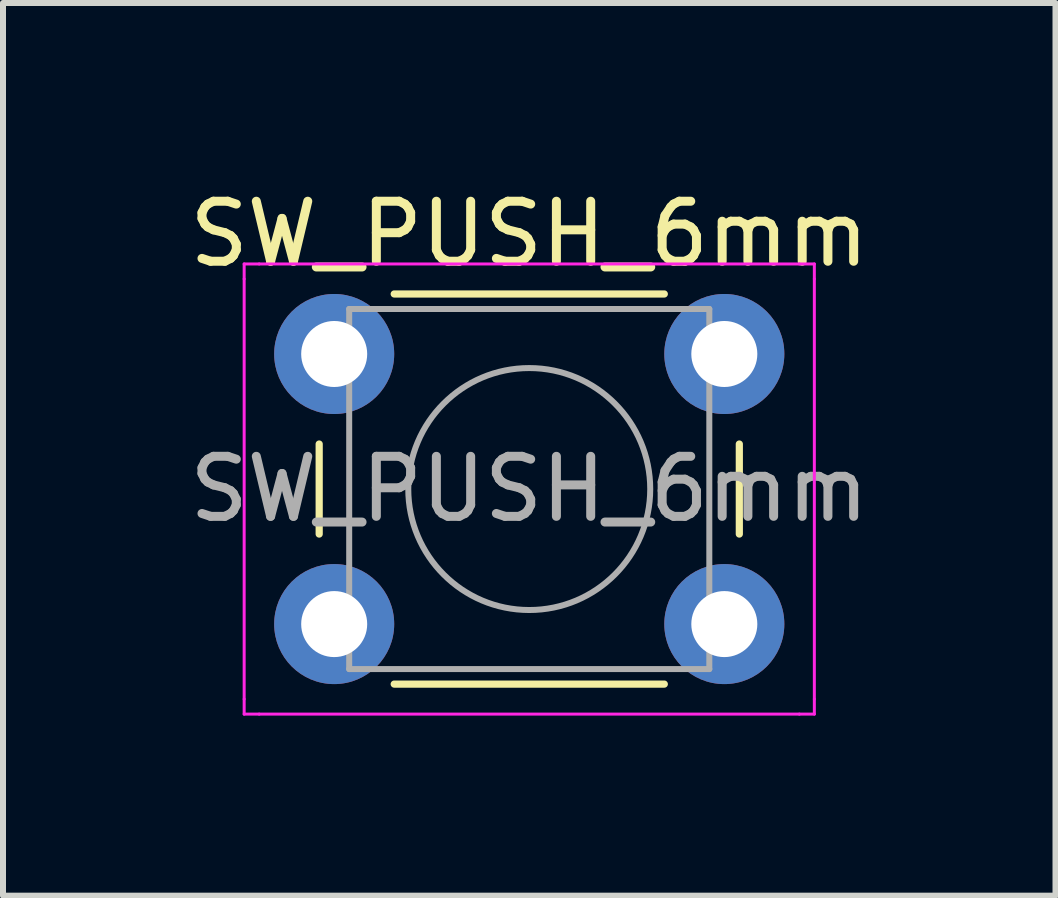
<source format=kicad_pcb>
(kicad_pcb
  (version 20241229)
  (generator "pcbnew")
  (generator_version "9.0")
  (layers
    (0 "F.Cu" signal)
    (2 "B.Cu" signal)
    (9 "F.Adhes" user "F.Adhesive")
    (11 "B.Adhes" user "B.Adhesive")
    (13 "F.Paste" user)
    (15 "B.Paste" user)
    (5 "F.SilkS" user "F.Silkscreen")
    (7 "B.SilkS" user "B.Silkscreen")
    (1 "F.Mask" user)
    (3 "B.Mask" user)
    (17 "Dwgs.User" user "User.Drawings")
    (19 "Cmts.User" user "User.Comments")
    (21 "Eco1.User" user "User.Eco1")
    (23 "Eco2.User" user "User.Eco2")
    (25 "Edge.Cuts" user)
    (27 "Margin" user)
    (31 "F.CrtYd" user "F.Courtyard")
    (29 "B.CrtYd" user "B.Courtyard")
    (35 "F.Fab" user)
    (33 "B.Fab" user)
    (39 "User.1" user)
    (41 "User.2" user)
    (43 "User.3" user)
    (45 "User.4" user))
  (footprint "SW_PUSH_6mm"
    (layer "F.Cu")
    (at 2.518 2.848)
    (property "Reference" "SW_PUSH_6mm" (at 3.25 -2 0) (layer "F.SilkS") (effects (font (size 1 1) (thickness 0.15))))
    (attr through_hole)
    (fp_line (start -0.25 1.5) (end -0.25 3) (stroke (width 0.12) (type solid)) (layer "F.SilkS"))
    (fp_line (start 1 5.5) (end 5.5 5.5) (stroke (width 0.12) (type solid)) (layer "F.SilkS"))
    (fp_line (start 5.5 -1) (end 1 -1) (stroke (width 0.12) (type solid)) (layer "F.SilkS"))
    (fp_line (start 6.75 3) (end 6.75 1.5) (stroke (width 0.12) (type solid)) (layer "F.SilkS"))
    (fp_line (start -1.5 -1.5) (end -1.25 -1.5) (stroke (width 0.05) (type solid)) (layer "F.CrtYd"))
    (fp_line (start -1.5 -1.25) (end -1.5 -1.5) (stroke (width 0.05) (type solid)) (layer "F.CrtYd"))
    (fp_line (start -1.5 5.75) (end -1.5 -1.25) (stroke (width 0.05) (type solid)) (layer "F.CrtYd"))
    (fp_line (start -1.5 5.75) (end -1.5 6) (stroke (width 0.05) (type solid)) (layer "F.CrtYd"))
    (fp_line (start -1.5 6) (end -1.25 6) (stroke (width 0.05) (type solid)) (layer "F.CrtYd"))
    (fp_line (start -1.25 -1.5) (end 7.75 -1.5) (stroke (width 0.05) (type solid)) (layer "F.CrtYd"))
    (fp_line (start 7.75 -1.5) (end 8 -1.5) (stroke (width 0.05) (type solid)) (layer "F.CrtYd"))
    (fp_line (start 7.75 6) (end -1.25 6) (stroke (width 0.05) (type solid)) (layer "F.CrtYd"))
    (fp_line (start 7.75 6) (end 8 6) (stroke (width 0.05) (type solid)) (layer "F.CrtYd"))
    (fp_line (start 8 -1.5) (end 8 -1.25) (stroke (width 0.05) (type solid)) (layer "F.CrtYd"))
    (fp_line (start 8 -1.25) (end 8 5.75) (stroke (width 0.05) (type solid)) (layer "F.CrtYd"))
    (fp_line (start 8 6) (end 8 5.75) (stroke (width 0.05) (type solid)) (layer "F.CrtYd"))
    (fp_line (start 0.25 -0.75) (end 3.25 -0.75) (stroke (width 0.1) (type solid)) (layer "F.Fab"))
    (fp_line (start 0.25 5.25) (end 0.25 -0.75) (stroke (width 0.1) (type solid)) (layer "F.Fab"))
    (fp_line (start 3.25 -0.75) (end 6.25 -0.75) (stroke (width 0.1) (type solid)) (layer "F.Fab"))
    (fp_line (start 6.25 -0.75) (end 6.25 5.25) (stroke (width 0.1) (type solid)) (layer "F.Fab"))
    (fp_line (start 6.25 5.25) (end 0.25 5.25) (stroke (width 0.1) (type solid)) (layer "F.Fab"))
    (fp_circle (center 3.25 2.25) (end 1.25 2.5) (stroke (width 0.1) (type solid)) (fill no) (layer "F.Fab"))
    (fp_text user "${REFERENCE}" (at 3.25 2.25 0) (layer "F.Fab") (effects (font (size 1 1) (thickness 0.15))))
    (pad "1" thru_hole circle (at 0 0 90) (size 2 2) (drill 1.1) (layers "*.Cu" "*.Mask"))
    (pad "2" thru_hole circle (at 0 4.5 90) (size 2 2) (drill 1.1) (layers "*.Cu" "*.Mask"))
    (pad "3" thru_hole circle (at 6.5 4.5 90) (size 2 2) (drill 1.1) (layers "*.Cu" "*.Mask"))
    (pad "4" thru_hole circle (at 6.5 0 90) (size 2 2) (drill 1.1) (layers "*.Cu" "*.Mask")))
  (gr_rect
    (start -3 -3)
    (end 14.536 11.873)
    (stroke (width 0.1) (type default))
    (fill no)
    (layer "Edge.Cuts")))
</source>
